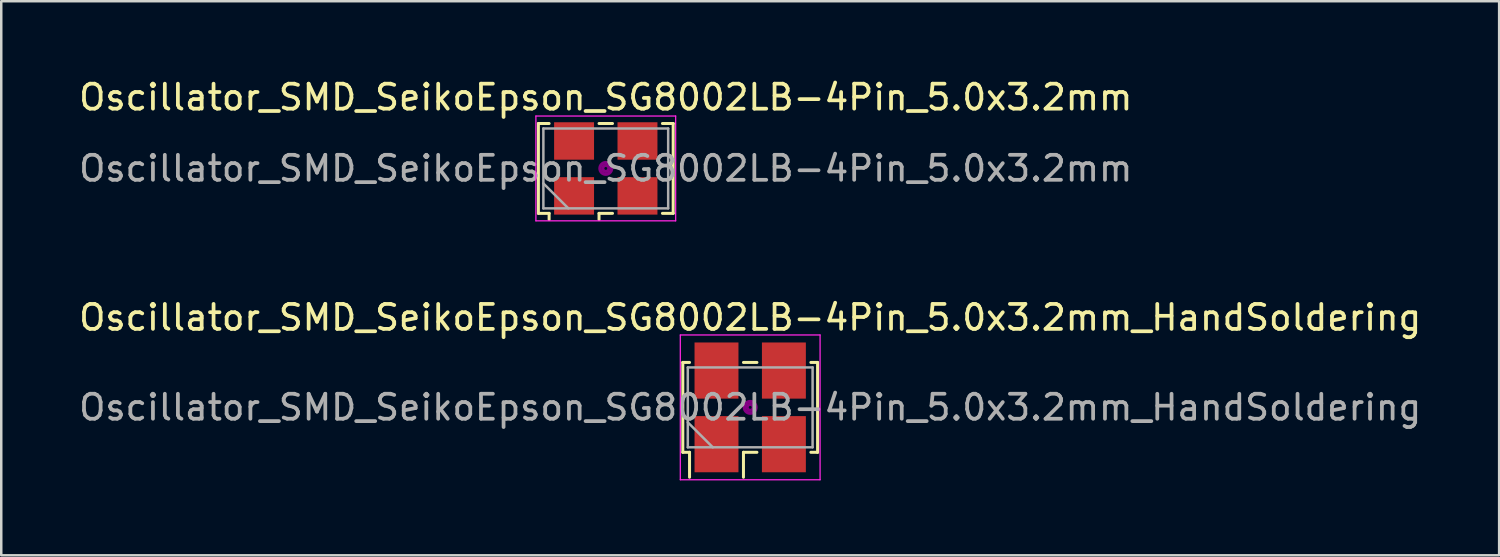
<source format=kicad_pcb>
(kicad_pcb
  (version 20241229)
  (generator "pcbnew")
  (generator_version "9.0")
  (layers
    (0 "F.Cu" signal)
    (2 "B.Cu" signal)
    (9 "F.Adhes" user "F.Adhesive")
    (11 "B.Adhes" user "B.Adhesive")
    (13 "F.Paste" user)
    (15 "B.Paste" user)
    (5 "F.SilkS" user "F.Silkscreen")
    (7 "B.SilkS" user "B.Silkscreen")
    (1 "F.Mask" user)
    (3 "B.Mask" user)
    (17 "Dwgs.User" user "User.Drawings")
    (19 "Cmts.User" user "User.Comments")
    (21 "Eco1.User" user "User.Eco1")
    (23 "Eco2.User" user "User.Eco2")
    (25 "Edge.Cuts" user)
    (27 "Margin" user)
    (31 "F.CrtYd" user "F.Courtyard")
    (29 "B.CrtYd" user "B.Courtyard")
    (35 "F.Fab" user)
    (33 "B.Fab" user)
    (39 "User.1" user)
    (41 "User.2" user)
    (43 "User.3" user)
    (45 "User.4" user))
  (footprint "Oscillator_SMD_SeikoEpson_SG8002LB-4Pin_5.0x3.2mm"
    (layer "F.Cu")
    (at 21.22 3.698)
    (property "Reference" "Oscillator_SMD_SeikoEpson_SG8002LB-4Pin_5.0x3.2mm" (at 0 -2.85 0) (layer "F.SilkS") (effects (font (size 1 1) (thickness 0.15))))
    (attr smd)
    (fp_line (start -2.7 -1.8) (end -2.27 -1.8) (stroke (width 0.12) (type solid)) (layer "F.SilkS"))
    (fp_line (start -2.7 1.8) (end -2.7 -1.8) (stroke (width 0.12) (type solid)) (layer "F.SilkS"))
    (fp_line (start -2.27 1.8) (end -2.7 1.8) (stroke (width 0.12) (type solid)) (layer "F.SilkS"))
    (fp_line (start -2.27 2.05) (end -2.27 1.8) (stroke (width 0.12) (type solid)) (layer "F.SilkS"))
    (fp_line (start -0.27 -1.8) (end 0.27 -1.8) (stroke (width 0.12) (type solid)) (layer "F.SilkS"))
    (fp_line (start -0.27 1.8) (end -0.27 2.05) (stroke (width 0.12) (type solid)) (layer "F.SilkS"))
    (fp_line (start 0.27 1.8) (end -0.27 1.8) (stroke (width 0.12) (type solid)) (layer "F.SilkS"))
    (fp_line (start 2.27 -1.8) (end 2.7 -1.8) (stroke (width 0.12) (type solid)) (layer "F.SilkS"))
    (fp_line (start 2.7 -1.8) (end 2.7 1.8) (stroke (width 0.12) (type solid)) (layer "F.SilkS"))
    (fp_line (start 2.7 1.8) (end 2.27 1.8) (stroke (width 0.12) (type solid)) (layer "F.SilkS"))
    (fp_circle (center 0 0) (end 0.058 0) (stroke (width 0.117) (type solid)) (fill no) (layer "F.Adhes"))
    (fp_circle (center 0 0) (end 0.133 0) (stroke (width 0.083) (type solid)) (fill no) (layer "F.Adhes"))
    (fp_circle (center 0 0) (end 0.208 0) (stroke (width 0.083) (type solid)) (fill no) (layer "F.Adhes"))
    (fp_circle (center 0 0) (end 0.25 0) (stroke (width 0.1) (type solid)) (fill no) (layer "F.Adhes"))
    (fp_line (start -2.8 -2.1) (end -2.8 2.1) (stroke (width 0.05) (type solid)) (layer "F.CrtYd"))
    (fp_line (start -2.8 2.1) (end 2.8 2.1) (stroke (width 0.05) (type solid)) (layer "F.CrtYd"))
    (fp_line (start 2.8 -2.1) (end -2.8 -2.1) (stroke (width 0.05) (type solid)) (layer "F.CrtYd"))
    (fp_line (start 2.8 2.1) (end 2.8 -2.1) (stroke (width 0.05) (type solid)) (layer "F.CrtYd"))
    (fp_line (start -2.5 -1.6) (end -2.5 1.6) (stroke (width 0.1) (type solid)) (layer "F.Fab"))
    (fp_line (start -2.5 0.6) (end -1.5 1.6) (stroke (width 0.1) (type solid)) (layer "F.Fab"))
    (fp_line (start -2.5 1.6) (end 2.5 1.6) (stroke (width 0.1) (type solid)) (layer "F.Fab"))
    (fp_line (start 2.5 -1.6) (end -2.5 -1.6) (stroke (width 0.1) (type solid)) (layer "F.Fab"))
    (fp_line (start 2.5 1.6) (end 2.5 -1.6) (stroke (width 0.1) (type solid)) (layer "F.Fab"))
    (fp_text user "${REFERENCE}" (at 0 0 0) (layer "F.Fab") (effects (font (size 1 1) (thickness 0.15))))
    (pad "1" smd rect (at -1.27 1.1) (size 1.6 1.5) (layers "F.Cu" "F.Mask" "F.Paste"))
    (pad "2" smd rect (at 1.27 1.1) (size 1.6 1.5) (layers "F.Cu" "F.Mask" "F.Paste"))
    (pad "3" smd rect (at 1.27 -1.1) (size 1.6 1.5) (layers "F.Cu" "F.Mask" "F.Paste"))
    (pad "4" smd rect (at -1.27 -1.1) (size 1.6 1.5) (layers "F.Cu" "F.Mask" "F.Paste")))
  (footprint "Oscillator_SMD_SeikoEpson_SG8002LB-4Pin_5.0x3.2mm_HandSoldering"
    (layer "F.Cu")
    (at 27.006 13.271)
    (property "Reference" "Oscillator_SMD_SeikoEpson_SG8002LB-4Pin_5.0x3.2mm_HandSoldering" (at 0 -3.6 0) (layer "F.SilkS") (effects (font (size 1 1) (thickness 0.15))))
    (attr smd)
    (fp_line (start -2.7 -1.8) (end -2.43 -1.8) (stroke (width 0.12) (type solid)) (layer "F.SilkS"))
    (fp_line (start -2.7 1.8) (end -2.7 -1.8) (stroke (width 0.12) (type solid)) (layer "F.SilkS"))
    (fp_line (start -2.43 1.8) (end -2.7 1.8) (stroke (width 0.12) (type solid)) (layer "F.SilkS"))
    (fp_line (start -2.43 2.8) (end -2.43 1.8) (stroke (width 0.12) (type solid)) (layer "F.SilkS"))
    (fp_line (start -0.27 -1.8) (end 0.27 -1.8) (stroke (width 0.12) (type solid)) (layer "F.SilkS"))
    (fp_line (start -0.27 1.8) (end -0.27 2.8) (stroke (width 0.12) (type solid)) (layer "F.SilkS"))
    (fp_line (start 0.27 1.8) (end -0.27 1.8) (stroke (width 0.12) (type solid)) (layer "F.SilkS"))
    (fp_line (start 2.43 -1.8) (end 2.7 -1.8) (stroke (width 0.12) (type solid)) (layer "F.SilkS"))
    (fp_line (start 2.7 -1.8) (end 2.7 1.8) (stroke (width 0.12) (type solid)) (layer "F.SilkS"))
    (fp_line (start 2.7 1.8) (end 2.43 1.8) (stroke (width 0.12) (type solid)) (layer "F.SilkS"))
    (fp_circle (center 0 0) (end 0.058 0) (stroke (width 0.117) (type solid)) (fill no) (layer "F.Adhes"))
    (fp_circle (center 0 0) (end 0.133 0) (stroke (width 0.083) (type solid)) (fill no) (layer "F.Adhes"))
    (fp_circle (center 0 0) (end 0.208 0) (stroke (width 0.083) (type solid)) (fill no) (layer "F.Adhes"))
    (fp_circle (center 0 0) (end 0.25 0) (stroke (width 0.1) (type solid)) (fill no) (layer "F.Adhes"))
    (fp_line (start -2.8 -2.9) (end -2.8 2.9) (stroke (width 0.05) (type solid)) (layer "F.CrtYd"))
    (fp_line (start -2.8 2.9) (end 2.8 2.9) (stroke (width 0.05) (type solid)) (layer "F.CrtYd"))
    (fp_line (start 2.8 -2.9) (end -2.8 -2.9) (stroke (width 0.05) (type solid)) (layer "F.CrtYd"))
    (fp_line (start 2.8 2.9) (end 2.8 -2.9) (stroke (width 0.05) (type solid)) (layer "F.CrtYd"))
    (fp_line (start -2.5 -1.6) (end -2.5 1.6) (stroke (width 0.1) (type solid)) (layer "F.Fab"))
    (fp_line (start -2.5 0.6) (end -1.5 1.6) (stroke (width 0.1) (type solid)) (layer "F.Fab"))
    (fp_line (start -2.5 1.6) (end 2.5 1.6) (stroke (width 0.1) (type solid)) (layer "F.Fab"))
    (fp_line (start 2.5 -1.6) (end -2.5 -1.6) (stroke (width 0.1) (type solid)) (layer "F.Fab"))
    (fp_line (start 2.5 1.6) (end 2.5 -1.6) (stroke (width 0.1) (type solid)) (layer "F.Fab"))
    (fp_text user "${REFERENCE}" (at 0 0 0) (layer "F.Fab") (effects (font (size 1 1) (thickness 0.15))))
    (pad "1" smd rect (at -1.35 1.475) (size 1.76 2.25) (layers "F.Cu" "F.Mask" "F.Paste"))
    (pad "2" smd rect (at 1.35 1.475) (size 1.76 2.25) (layers "F.Cu" "F.Mask" "F.Paste"))
    (pad "3" smd rect (at 1.35 -1.475) (size 1.76 2.25) (layers "F.Cu" "F.Mask" "F.Paste"))
    (pad "4" smd rect (at -1.35 -1.475) (size 1.76 2.25) (layers "F.Cu" "F.Mask" "F.Paste")))
  (gr_rect
    (start -3 -3)
    (end 57.012 19.197)
    (stroke (width 0.1) (type default))
    (fill no)
    (layer "Edge.Cuts")))
</source>
